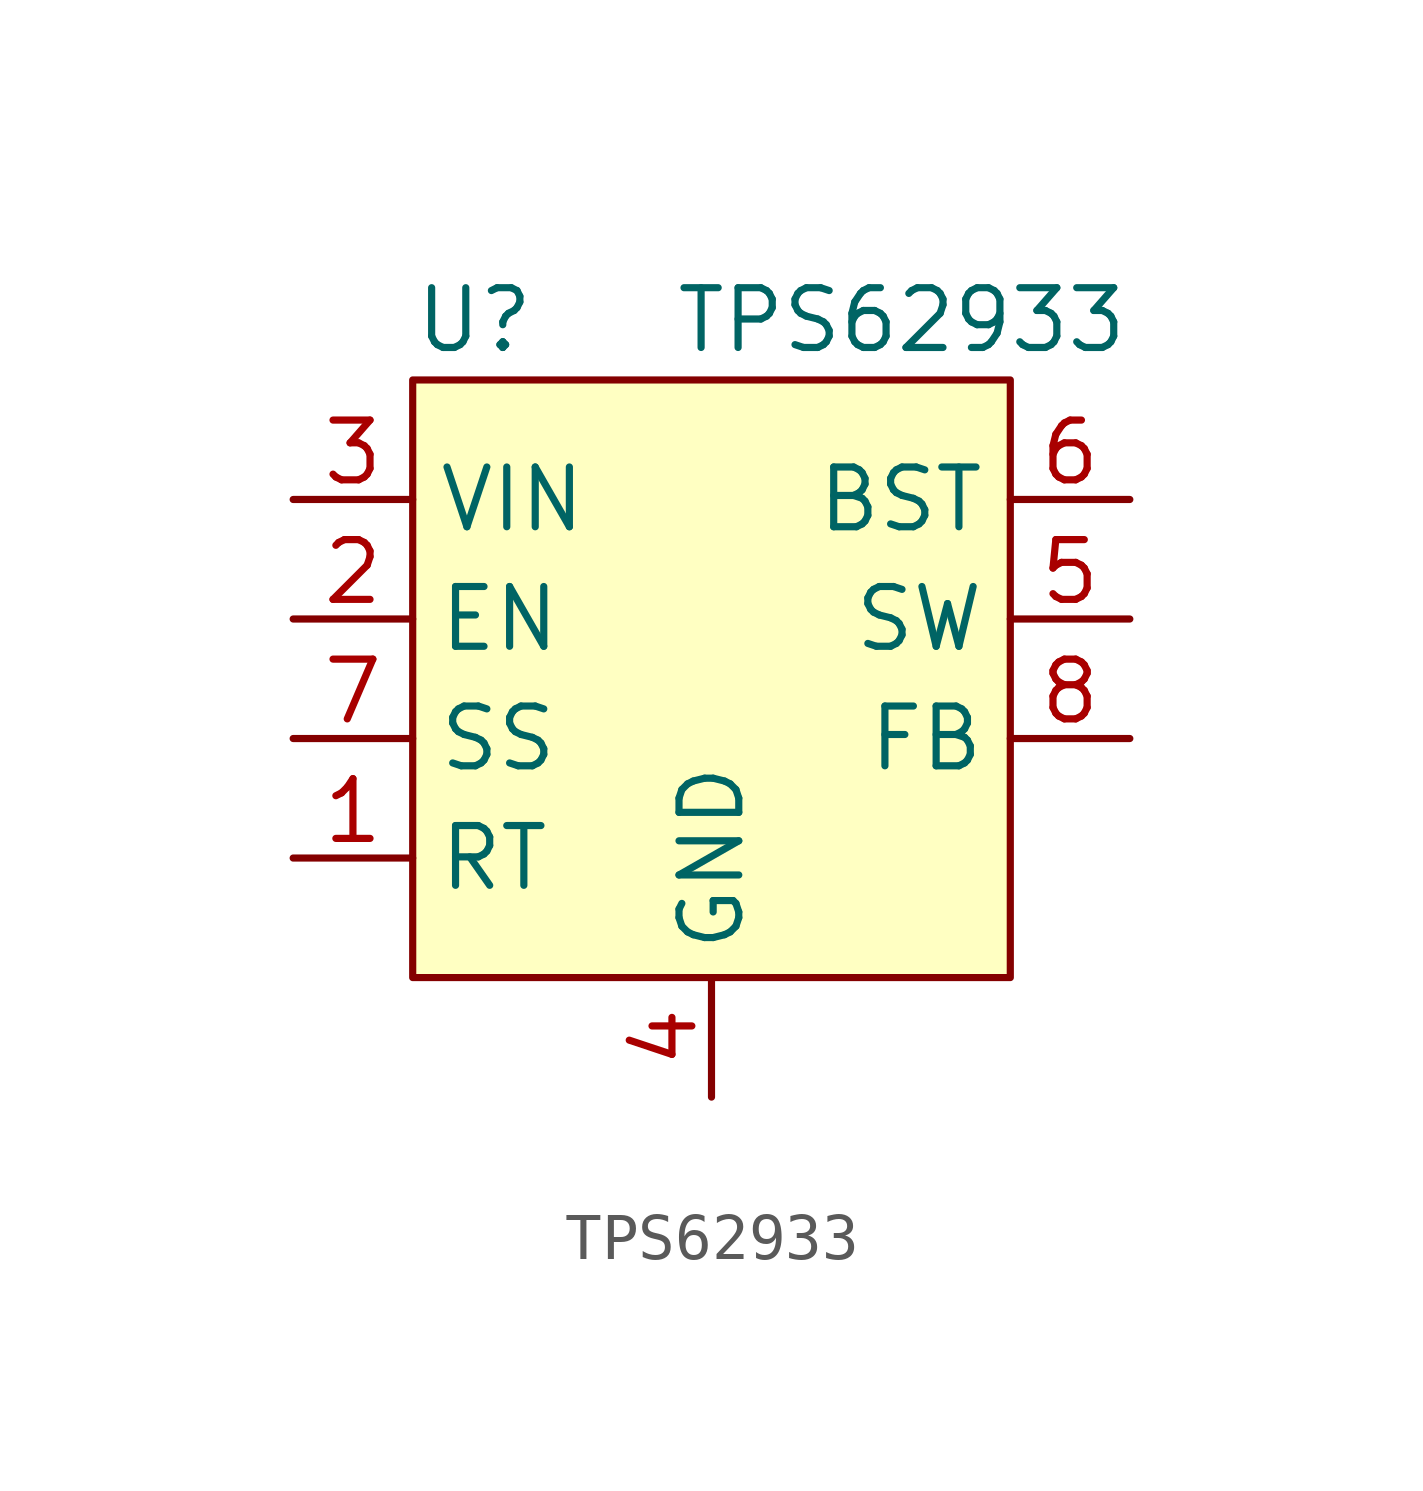
<source format=kicad_sym>
(kicad_symbol_lib
  (version 20220914)
  (generator kicad_symbol_editor)
  (symbol "TPS62933"
    (property "Reference" "U"
      (at -6.35 7.62 0)
      (effects (font (size 1.27 1.27)) (justify left)))
    (property "Value" "TPS62933"
      (at 8.89 7.62 0)
      (effects (font (size 1.27 1.27)) (justify right)))
    (symbol "TPS62933_1_1"
      (rectangle (start -6.35 6.35) (end 6.35 -6.35) (stroke (width 0) (type default)) (fill (type background)))
      (pin input line (at -8.89 -3.81 0) (length 2.54) (name "RT" (effects (font (size 1.27 1.27)))) (number "1" (effects (font (size 1.27 1.27)))))
      (pin input line (at -8.89 1.27 0) (length 2.54) (name "EN" (effects (font (size 1.27 1.27)))) (number "2" (effects (font (size 1.27 1.27)))))
      (pin power_in line (at -8.89 3.81 0) (length 2.54) (name "VIN" (effects (font (size 1.27 1.27)))) (number "3" (effects (font (size 1.27 1.27)))))
      (pin power_in line (at 0 -8.89 90) (length 2.54) (name "GND" (effects (font (size 1.27 1.27)))) (number "4" (effects (font (size 1.27 1.27)))))
      (pin output line (at 8.89 1.27 180) (length 2.54) (name "SW" (effects (font (size 1.27 1.27)))) (number "5" (effects (font (size 1.27 1.27)))))
      (pin passive line (at 8.89 3.81 180) (length 2.54) (name "BST" (effects (font (size 1.27 1.27)))) (number "6" (effects (font (size 1.27 1.27)))))
      (pin input line (at -8.89 -1.27 0) (length 2.54) (name "SS" (effects (font (size 1.27 1.27)))) (number "7" (effects (font (size 1.27 1.27)))))
      (pin input line (at 8.89 -1.27 180) (length 2.54) (name "FB" (effects (font (size 1.27 1.27)))) (number "8" (effects (font (size 1.27 1.27))))))))
</source>
